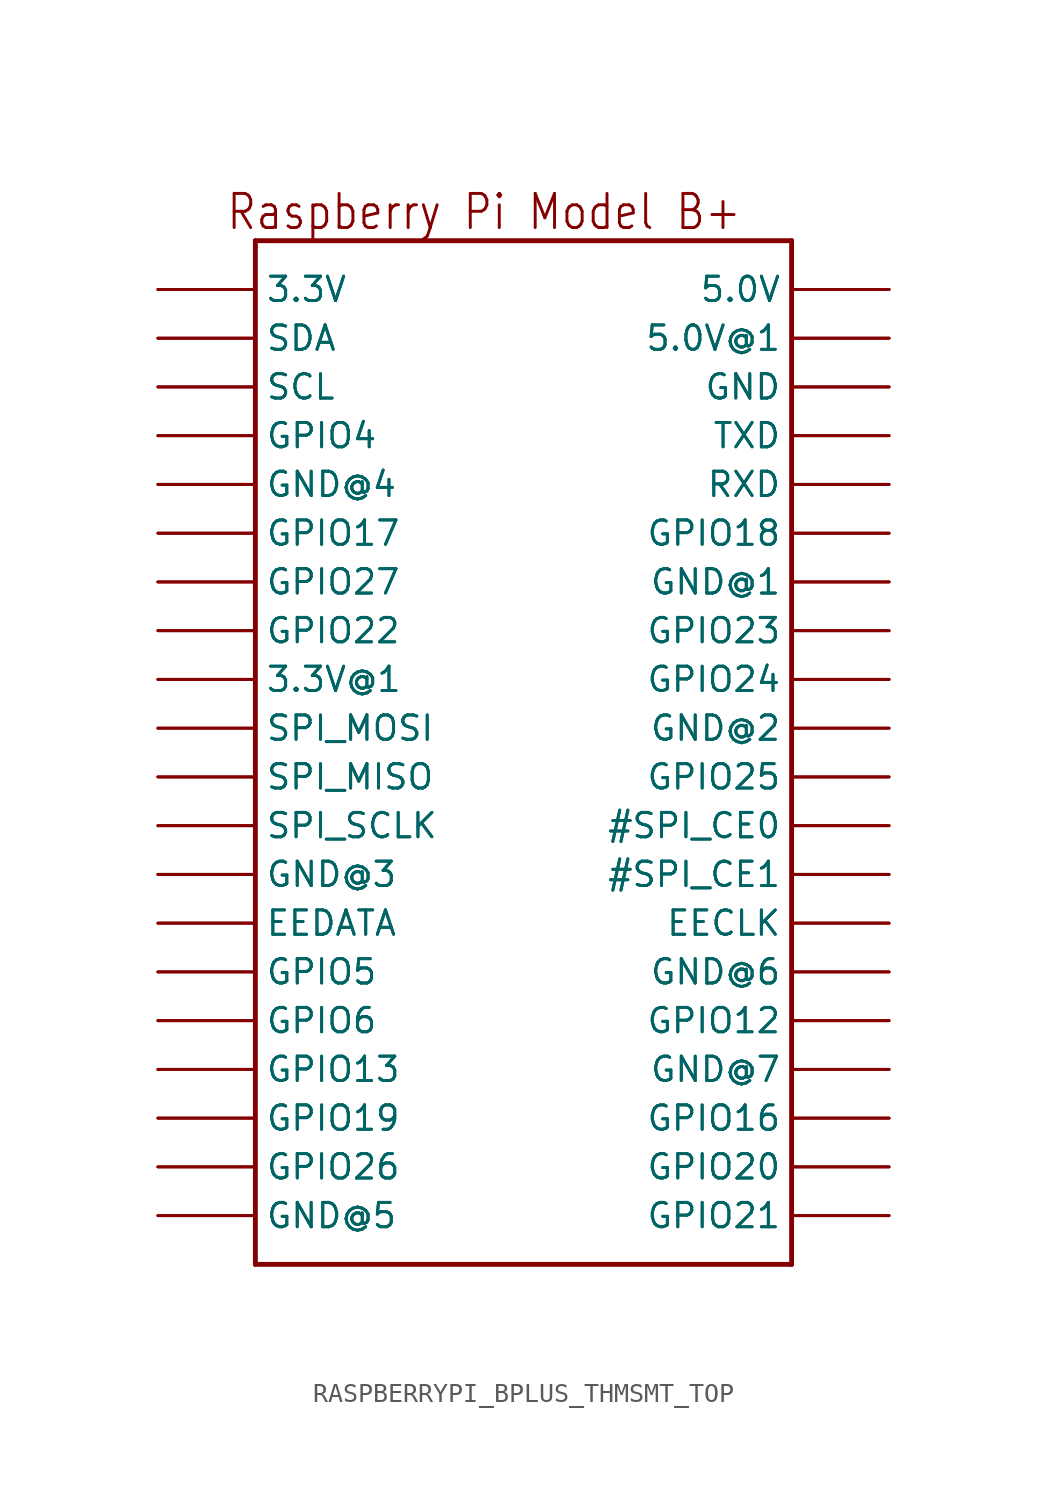
<source format=kicad_sym>
(kicad_symbol_lib
  (version 20231120)
  (generator "kicad_symbol_editor")
  (generator_version "8.0")
  (symbol "RASPBERRYPI_BPLUS_THMSMT_TOP"
    (property "Reference" "RPI"
      (at 0 0 0)
      (effects (font (size 1.27 1.27)) (hide yes)))
    (property "ki_locked" ""
      (at 0 0 0)
      (effects (font (size 1.27 1.27))))
    (symbol "RASPBERRYPI_BPLUS_THMSMT_TOP_1_0"
      (polyline (pts (xy -12.7 -30.48) (xy -12.7 22.86)) (stroke (width 0.254) (type solid)) (fill (type none)))
      (polyline (pts (xy -12.7 22.86) (xy 15.24 22.86)) (stroke (width 0.254) (type solid)) (fill (type none)))
      (polyline (pts (xy 15.24 -30.48) (xy -12.7 -30.48)) (stroke (width 0.254) (type solid)) (fill (type none)))
      (polyline (pts (xy 15.24 22.86) (xy 15.24 -30.48)) (stroke (width 0.254) (type solid)) (fill (type none)))
      (text "Raspberry Pi Model B+" (at 12.7 25.4 0) (effects (font (size 1.778 1.511)) (justify right top)))
      (pin power_in line (at -17.78 20.32 0) (length 5.08) (name "3.3V" (effects (font (size 1.27 1.27)))) (number "1" (effects (font (size 0 0)))))
      (pin bidirectional line (at 20.32 10.16 180) (length 5.08) (name "RXD" (effects (font (size 1.27 1.27)))) (number "10" (effects (font (size 0 0)))))
      (pin bidirectional line (at -17.78 7.62 0) (length 5.08) (name "GPIO17" (effects (font (size 1.27 1.27)))) (number "11" (effects (font (size 0 0)))))
      (pin bidirectional line (at 20.32 7.62 180) (length 5.08) (name "GPIO18" (effects (font (size 1.27 1.27)))) (number "12" (effects (font (size 0 0)))))
      (pin bidirectional line (at -17.78 5.08 0) (length 5.08) (name "GPIO27" (effects (font (size 1.27 1.27)))) (number "13" (effects (font (size 0 0)))))
      (pin power_in line (at 20.32 5.08 180) (length 5.08) (name "GND@1" (effects (font (size 1.27 1.27)))) (number "14" (effects (font (size 0 0)))))
      (pin bidirectional line (at -17.78 2.54 0) (length 5.08) (name "GPIO22" (effects (font (size 1.27 1.27)))) (number "15" (effects (font (size 0 0)))))
      (pin bidirectional line (at 20.32 2.54 180) (length 5.08) (name "GPIO23" (effects (font (size 1.27 1.27)))) (number "16" (effects (font (size 0 0)))))
      (pin power_in line (at -17.78 0 0) (length 5.08) (name "3.3V@1" (effects (font (size 1.27 1.27)))) (number "17" (effects (font (size 0 0)))))
      (pin bidirectional line (at 20.32 0 180) (length 5.08) (name "GPIO24" (effects (font (size 1.27 1.27)))) (number "18" (effects (font (size 0 0)))))
      (pin bidirectional line (at -17.78 -2.54 0) (length 5.08) (name "SPI_MOSI" (effects (font (size 1.27 1.27)))) (number "19" (effects (font (size 0 0)))))
      (pin power_in line (at 20.32 20.32 180) (length 5.08) (name "5.0V" (effects (font (size 1.27 1.27)))) (number "2" (effects (font (size 0 0)))))
      (pin power_in line (at 20.32 -2.54 180) (length 5.08) (name "GND@2" (effects (font (size 1.27 1.27)))) (number "20" (effects (font (size 0 0)))))
      (pin bidirectional line (at -17.78 -5.08 0) (length 5.08) (name "SPI_MISO" (effects (font (size 1.27 1.27)))) (number "21" (effects (font (size 0 0)))))
      (pin bidirectional line (at 20.32 -5.08 180) (length 5.08) (name "GPIO25" (effects (font (size 1.27 1.27)))) (number "22" (effects (font (size 0 0)))))
      (pin bidirectional line (at -17.78 -7.62 0) (length 5.08) (name "SPI_SCLK" (effects (font (size 1.27 1.27)))) (number "23" (effects (font (size 0 0)))))
      (pin bidirectional line (at 20.32 -7.62 180) (length 5.08) (name "#SPI_CE0" (effects (font (size 1.27 1.27)))) (number "24" (effects (font (size 0 0)))))
      (pin power_in line (at -17.78 -10.16 0) (length 5.08) (name "GND@3" (effects (font (size 1.27 1.27)))) (number "25" (effects (font (size 0 0)))))
      (pin bidirectional line (at 20.32 -10.16 180) (length 5.08) (name "#SPI_CE1" (effects (font (size 1.27 1.27)))) (number "26" (effects (font (size 0 0)))))
      (pin bidirectional line (at -17.78 -12.7 0) (length 5.08) (name "EEDATA" (effects (font (size 1.27 1.27)))) (number "27" (effects (font (size 0 0)))))
      (pin bidirectional line (at 20.32 -12.7 180) (length 5.08) (name "EECLK" (effects (font (size 1.27 1.27)))) (number "28" (effects (font (size 0 0)))))
      (pin bidirectional line (at -17.78 -15.24 0) (length 5.08) (name "GPIO5" (effects (font (size 1.27 1.27)))) (number "29" (effects (font (size 0 0)))))
      (pin bidirectional line (at -17.78 17.78 0) (length 5.08) (name "SDA" (effects (font (size 1.27 1.27)))) (number "3" (effects (font (size 0 0)))))
      (pin power_in line (at 20.32 -15.24 180) (length 5.08) (name "GND@6" (effects (font (size 1.27 1.27)))) (number "30" (effects (font (size 0 0)))))
      (pin bidirectional line (at -17.78 -17.78 0) (length 5.08) (name "GPIO6" (effects (font (size 1.27 1.27)))) (number "31" (effects (font (size 0 0)))))
      (pin bidirectional line (at 20.32 -17.78 180) (length 5.08) (name "GPIO12" (effects (font (size 1.27 1.27)))) (number "32" (effects (font (size 0 0)))))
      (pin bidirectional line (at -17.78 -20.32 0) (length 5.08) (name "GPIO13" (effects (font (size 1.27 1.27)))) (number "33" (effects (font (size 0 0)))))
      (pin power_in line (at 20.32 -20.32 180) (length 5.08) (name "GND@7" (effects (font (size 1.27 1.27)))) (number "34" (effects (font (size 0 0)))))
      (pin bidirectional line (at -17.78 -22.86 0) (length 5.08) (name "GPIO19" (effects (font (size 1.27 1.27)))) (number "35" (effects (font (size 0 0)))))
      (pin bidirectional line (at 20.32 -22.86 180) (length 5.08) (name "GPIO16" (effects (font (size 1.27 1.27)))) (number "36" (effects (font (size 0 0)))))
      (pin bidirectional line (at -17.78 -25.4 0) (length 5.08) (name "GPIO26" (effects (font (size 1.27 1.27)))) (number "37" (effects (font (size 0 0)))))
      (pin bidirectional line (at 20.32 -25.4 180) (length 5.08) (name "GPIO20" (effects (font (size 1.27 1.27)))) (number "38" (effects (font (size 0 0)))))
      (pin power_in line (at -17.78 -27.94 0) (length 5.08) (name "GND@5" (effects (font (size 1.27 1.27)))) (number "39" (effects (font (size 0 0)))))
      (pin power_in line (at 20.32 17.78 180) (length 5.08) (name "5.0V@1" (effects (font (size 1.27 1.27)))) (number "4" (effects (font (size 0 0)))))
      (pin bidirectional line (at 20.32 -27.94 180) (length 5.08) (name "GPIO21" (effects (font (size 1.27 1.27)))) (number "40" (effects (font (size 0 0)))))
      (pin bidirectional line (at -17.78 15.24 0) (length 5.08) (name "SCL" (effects (font (size 1.27 1.27)))) (number "5" (effects (font (size 0 0)))))
      (pin power_in line (at 20.32 15.24 180) (length 5.08) (name "GND" (effects (font (size 1.27 1.27)))) (number "6" (effects (font (size 0 0)))))
      (pin bidirectional line (at -17.78 12.7 0) (length 5.08) (name "GPIO4" (effects (font (size 1.27 1.27)))) (number "7" (effects (font (size 0 0)))))
      (pin bidirectional line (at 20.32 12.7 180) (length 5.08) (name "TXD" (effects (font (size 1.27 1.27)))) (number "8" (effects (font (size 0 0)))))
      (pin power_in line (at -17.78 10.16 0) (length 5.08) (name "GND@4" (effects (font (size 1.27 1.27)))) (number "9" (effects (font (size 0 0)))))
      (pin power_in line (at -17.78 20.32 0) (length 5.08) (name "3.3V" (effects (font (size 1.27 1.27)))) (number "S1" (effects (font (size 0 0)))))
      (pin bidirectional line (at 20.32 10.16 180) (length 5.08) (name "RXD" (effects (font (size 1.27 1.27)))) (number "S10" (effects (font (size 0 0)))))
      (pin bidirectional line (at -17.78 7.62 0) (length 5.08) (name "GPIO17" (effects (font (size 1.27 1.27)))) (number "S11" (effects (font (size 0 0)))))
      (pin bidirectional line (at 20.32 7.62 180) (length 5.08) (name "GPIO18" (effects (font (size 1.27 1.27)))) (number "S12" (effects (font (size 0 0)))))
      (pin bidirectional line (at -17.78 5.08 0) (length 5.08) (name "GPIO27" (effects (font (size 1.27 1.27)))) (number "S13" (effects (font (size 0 0)))))
      (pin power_in line (at 20.32 5.08 180) (length 5.08) (name "GND@1" (effects (font (size 1.27 1.27)))) (number "S14" (effects (font (size 0 0)))))
      (pin bidirectional line (at -17.78 2.54 0) (length 5.08) (name "GPIO22" (effects (font (size 1.27 1.27)))) (number "S15" (effects (font (size 0 0)))))
      (pin bidirectional line (at 20.32 2.54 180) (length 5.08) (name "GPIO23" (effects (font (size 1.27 1.27)))) (number "S16" (effects (font (size 0 0)))))
      (pin power_in line (at -17.78 0 0) (length 5.08) (name "3.3V@1" (effects (font (size 1.27 1.27)))) (number "S17" (effects (font (size 0 0)))))
      (pin bidirectional line (at 20.32 0 180) (length 5.08) (name "GPIO24" (effects (font (size 1.27 1.27)))) (number "S18" (effects (font (size 0 0)))))
      (pin bidirectional line (at -17.78 -2.54 0) (length 5.08) (name "SPI_MOSI" (effects (font (size 1.27 1.27)))) (number "S19" (effects (font (size 0 0)))))
      (pin power_in line (at 20.32 20.32 180) (length 5.08) (name "5.0V" (effects (font (size 1.27 1.27)))) (number "S2" (effects (font (size 0 0)))))
      (pin power_in line (at 20.32 -2.54 180) (length 5.08) (name "GND@2" (effects (font (size 1.27 1.27)))) (number "S20" (effects (font (size 0 0)))))
      (pin bidirectional line (at -17.78 -5.08 0) (length 5.08) (name "SPI_MISO" (effects (font (size 1.27 1.27)))) (number "S21" (effects (font (size 0 0)))))
      (pin bidirectional line (at 20.32 -5.08 180) (length 5.08) (name "GPIO25" (effects (font (size 1.27 1.27)))) (number "S22" (effects (font (size 0 0)))))
      (pin bidirectional line (at -17.78 -7.62 0) (length 5.08) (name "SPI_SCLK" (effects (font (size 1.27 1.27)))) (number "S23" (effects (font (size 0 0)))))
      (pin bidirectional line (at 20.32 -7.62 180) (length 5.08) (name "#SPI_CE0" (effects (font (size 1.27 1.27)))) (number "S24" (effects (font (size 0 0)))))
      (pin power_in line (at -17.78 -10.16 0) (length 5.08) (name "GND@3" (effects (font (size 1.27 1.27)))) (number "S25" (effects (font (size 0 0)))))
      (pin bidirectional line (at 20.32 -10.16 180) (length 5.08) (name "#SPI_CE1" (effects (font (size 1.27 1.27)))) (number "S26" (effects (font (size 0 0)))))
      (pin bidirectional line (at -17.78 -12.7 0) (length 5.08) (name "EEDATA" (effects (font (size 1.27 1.27)))) (number "S27" (effects (font (size 0 0)))))
      (pin bidirectional line (at 20.32 -12.7 180) (length 5.08) (name "EECLK" (effects (font (size 1.27 1.27)))) (number "S28" (effects (font (size 0 0)))))
      (pin bidirectional line (at -17.78 -15.24 0) (length 5.08) (name "GPIO5" (effects (font (size 1.27 1.27)))) (number "S29" (effects (font (size 0 0)))))
      (pin bidirectional line (at -17.78 17.78 0) (length 5.08) (name "SDA" (effects (font (size 1.27 1.27)))) (number "S3" (effects (font (size 0 0)))))
      (pin power_in line (at 20.32 -15.24 180) (length 5.08) (name "GND@6" (effects (font (size 1.27 1.27)))) (number "S30" (effects (font (size 0 0)))))
      (pin bidirectional line (at -17.78 -17.78 0) (length 5.08) (name "GPIO6" (effects (font (size 1.27 1.27)))) (number "S31" (effects (font (size 0 0)))))
      (pin bidirectional line (at 20.32 -17.78 180) (length 5.08) (name "GPIO12" (effects (font (size 1.27 1.27)))) (number "S32" (effects (font (size 0 0)))))
      (pin bidirectional line (at -17.78 -20.32 0) (length 5.08) (name "GPIO13" (effects (font (size 1.27 1.27)))) (number "S33" (effects (font (size 0 0)))))
      (pin power_in line (at 20.32 -20.32 180) (length 5.08) (name "GND@7" (effects (font (size 1.27 1.27)))) (number "S34" (effects (font (size 0 0)))))
      (pin bidirectional line (at -17.78 -22.86 0) (length 5.08) (name "GPIO19" (effects (font (size 1.27 1.27)))) (number "S35" (effects (font (size 0 0)))))
      (pin bidirectional line (at 20.32 -22.86 180) (length 5.08) (name "GPIO16" (effects (font (size 1.27 1.27)))) (number "S36" (effects (font (size 0 0)))))
      (pin bidirectional line (at -17.78 -25.4 0) (length 5.08) (name "GPIO26" (effects (font (size 1.27 1.27)))) (number "S37" (effects (font (size 0 0)))))
      (pin bidirectional line (at 20.32 -25.4 180) (length 5.08) (name "GPIO20" (effects (font (size 1.27 1.27)))) (number "S38" (effects (font (size 0 0)))))
      (pin power_in line (at -17.78 -27.94 0) (length 5.08) (name "GND@5" (effects (font (size 1.27 1.27)))) (number "S39" (effects (font (size 0 0)))))
      (pin power_in line (at 20.32 17.78 180) (length 5.08) (name "5.0V@1" (effects (font (size 1.27 1.27)))) (number "S4" (effects (font (size 0 0)))))
      (pin bidirectional line (at 20.32 -27.94 180) (length 5.08) (name "GPIO21" (effects (font (size 1.27 1.27)))) (number "S40" (effects (font (size 0 0)))))
      (pin bidirectional line (at -17.78 15.24 0) (length 5.08) (name "SCL" (effects (font (size 1.27 1.27)))) (number "S5" (effects (font (size 0 0)))))
      (pin power_in line (at 20.32 15.24 180) (length 5.08) (name "GND" (effects (font (size 1.27 1.27)))) (number "S6" (effects (font (size 0 0)))))
      (pin bidirectional line (at -17.78 12.7 0) (length 5.08) (name "GPIO4" (effects (font (size 1.27 1.27)))) (number "S7" (effects (font (size 0 0)))))
      (pin bidirectional line (at 20.32 12.7 180) (length 5.08) (name "TXD" (effects (font (size 1.27 1.27)))) (number "S8" (effects (font (size 0 0)))))
      (pin power_in line (at -17.78 10.16 0) (length 5.08) (name "GND@4" (effects (font (size 1.27 1.27)))) (number "S9" (effects (font (size 0 0))))))))
</source>
